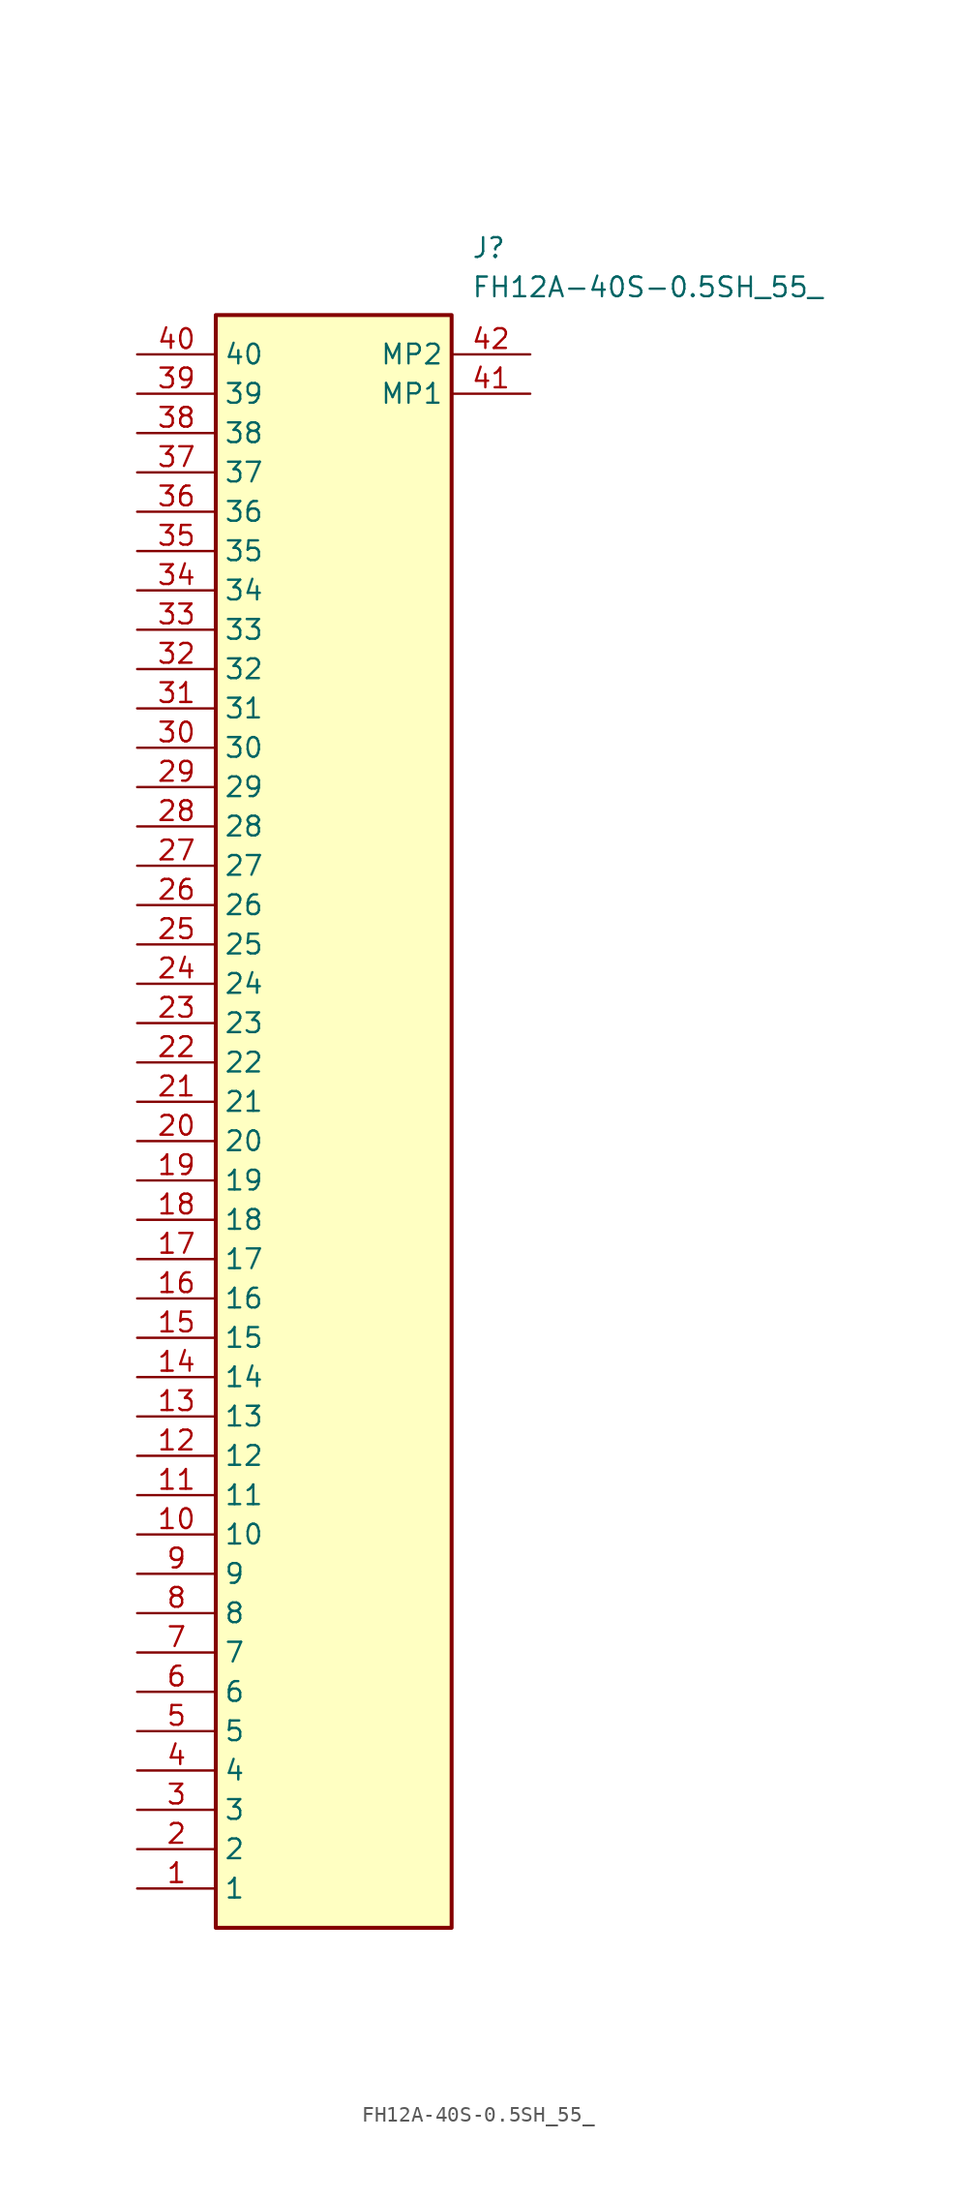
<source format=kicad_sym>
(kicad_symbol_lib
  (version 20211014)
  (generator SamacSys_ECAD_Model)
  (symbol "FH12A-40S-0.5SH_55_"
    (property "Reference" "J"
      (at 21.59 7.62 0)
      (effects (font (size 1.27 1.27)) (justify left top)))
    (property "Value" "FH12A-40S-0.5SH_55_"
      (at 21.59 5.08 0)
      (effects (font (size 1.27 1.27)) (justify left top)))
    (rectangle
      (start 5.08 2.54)
      (end 20.32 -101.6)
      (stroke (width 0.254) (type default))
      (fill (type background)))
    (pin passive line
      (at 0 -99.06 0)
      (length 5.08)
      (name "1" (effects (font (size 1.27 1.27))))
      (number "1" (effects (font (size 1.27 1.27)))))
    (pin passive line
      (at 0 -96.52 0)
      (length 5.08)
      (name "2" (effects (font (size 1.27 1.27))))
      (number "2" (effects (font (size 1.27 1.27)))))
    (pin passive line
      (at 0 -93.98 0)
      (length 5.08)
      (name "3" (effects (font (size 1.27 1.27))))
      (number "3" (effects (font (size 1.27 1.27)))))
    (pin passive line
      (at 0 -91.44 0)
      (length 5.08)
      (name "4" (effects (font (size 1.27 1.27))))
      (number "4" (effects (font (size 1.27 1.27)))))
    (pin passive line
      (at 0 -88.9 0)
      (length 5.08)
      (name "5" (effects (font (size 1.27 1.27))))
      (number "5" (effects (font (size 1.27 1.27)))))
    (pin passive line
      (at 0 -86.36 0)
      (length 5.08)
      (name "6" (effects (font (size 1.27 1.27))))
      (number "6" (effects (font (size 1.27 1.27)))))
    (pin passive line
      (at 0 -83.82 0)
      (length 5.08)
      (name "7" (effects (font (size 1.27 1.27))))
      (number "7" (effects (font (size 1.27 1.27)))))
    (pin passive line
      (at 0 -81.28 0)
      (length 5.08)
      (name "8" (effects (font (size 1.27 1.27))))
      (number "8" (effects (font (size 1.27 1.27)))))
    (pin passive line
      (at 0 -78.74 0)
      (length 5.08)
      (name "9" (effects (font (size 1.27 1.27))))
      (number "9" (effects (font (size 1.27 1.27)))))
    (pin passive line
      (at 0 -76.2 0)
      (length 5.08)
      (name "10" (effects (font (size 1.27 1.27))))
      (number "10" (effects (font (size 1.27 1.27)))))
    (pin passive line
      (at 0 -73.66 0)
      (length 5.08)
      (name "11" (effects (font (size 1.27 1.27))))
      (number "11" (effects (font (size 1.27 1.27)))))
    (pin passive line
      (at 0 -71.12 0)
      (length 5.08)
      (name "12" (effects (font (size 1.27 1.27))))
      (number "12" (effects (font (size 1.27 1.27)))))
    (pin passive line
      (at 0 -68.58 0)
      (length 5.08)
      (name "13" (effects (font (size 1.27 1.27))))
      (number "13" (effects (font (size 1.27 1.27)))))
    (pin passive line
      (at 0 -66.04 0)
      (length 5.08)
      (name "14" (effects (font (size 1.27 1.27))))
      (number "14" (effects (font (size 1.27 1.27)))))
    (pin passive line
      (at 0 -63.5 0)
      (length 5.08)
      (name "15" (effects (font (size 1.27 1.27))))
      (number "15" (effects (font (size 1.27 1.27)))))
    (pin passive line
      (at 0 -60.96 0)
      (length 5.08)
      (name "16" (effects (font (size 1.27 1.27))))
      (number "16" (effects (font (size 1.27 1.27)))))
    (pin passive line
      (at 0 -58.42 0)
      (length 5.08)
      (name "17" (effects (font (size 1.27 1.27))))
      (number "17" (effects (font (size 1.27 1.27)))))
    (pin passive line
      (at 0 -55.88 0)
      (length 5.08)
      (name "18" (effects (font (size 1.27 1.27))))
      (number "18" (effects (font (size 1.27 1.27)))))
    (pin passive line
      (at 0 -53.34 0)
      (length 5.08)
      (name "19" (effects (font (size 1.27 1.27))))
      (number "19" (effects (font (size 1.27 1.27)))))
    (pin passive line
      (at 0 -50.8 0)
      (length 5.08)
      (name "20" (effects (font (size 1.27 1.27))))
      (number "20" (effects (font (size 1.27 1.27)))))
    (pin passive line
      (at 0 -48.26 0)
      (length 5.08)
      (name "21" (effects (font (size 1.27 1.27))))
      (number "21" (effects (font (size 1.27 1.27)))))
    (pin passive line
      (at 0 -45.72 0)
      (length 5.08)
      (name "22" (effects (font (size 1.27 1.27))))
      (number "22" (effects (font (size 1.27 1.27)))))
    (pin passive line
      (at 0 -43.18 0)
      (length 5.08)
      (name "23" (effects (font (size 1.27 1.27))))
      (number "23" (effects (font (size 1.27 1.27)))))
    (pin passive line
      (at 0 -40.64 0)
      (length 5.08)
      (name "24" (effects (font (size 1.27 1.27))))
      (number "24" (effects (font (size 1.27 1.27)))))
    (pin passive line
      (at 0 -38.1 0)
      (length 5.08)
      (name "25" (effects (font (size 1.27 1.27))))
      (number "25" (effects (font (size 1.27 1.27)))))
    (pin passive line
      (at 0 -35.56 0)
      (length 5.08)
      (name "26" (effects (font (size 1.27 1.27))))
      (number "26" (effects (font (size 1.27 1.27)))))
    (pin passive line
      (at 0 -33.02 0)
      (length 5.08)
      (name "27" (effects (font (size 1.27 1.27))))
      (number "27" (effects (font (size 1.27 1.27)))))
    (pin passive line
      (at 0 -30.48 0)
      (length 5.08)
      (name "28" (effects (font (size 1.27 1.27))))
      (number "28" (effects (font (size 1.27 1.27)))))
    (pin passive line
      (at 0 -27.94 0)
      (length 5.08)
      (name "29" (effects (font (size 1.27 1.27))))
      (number "29" (effects (font (size 1.27 1.27)))))
    (pin passive line
      (at 0 -25.4 0)
      (length 5.08)
      (name "30" (effects (font (size 1.27 1.27))))
      (number "30" (effects (font (size 1.27 1.27)))))
    (pin passive line
      (at 0 -22.86 0)
      (length 5.08)
      (name "31" (effects (font (size 1.27 1.27))))
      (number "31" (effects (font (size 1.27 1.27)))))
    (pin passive line
      (at 0 -20.32 0)
      (length 5.08)
      (name "32" (effects (font (size 1.27 1.27))))
      (number "32" (effects (font (size 1.27 1.27)))))
    (pin passive line
      (at 0 -17.78 0)
      (length 5.08)
      (name "33" (effects (font (size 1.27 1.27))))
      (number "33" (effects (font (size 1.27 1.27)))))
    (pin passive line
      (at 0 -15.24 0)
      (length 5.08)
      (name "34" (effects (font (size 1.27 1.27))))
      (number "34" (effects (font (size 1.27 1.27)))))
    (pin passive line
      (at 0 -12.7 0)
      (length 5.08)
      (name "35" (effects (font (size 1.27 1.27))))
      (number "35" (effects (font (size 1.27 1.27)))))
    (pin passive line
      (at 0 -10.16 0)
      (length 5.08)
      (name "36" (effects (font (size 1.27 1.27))))
      (number "36" (effects (font (size 1.27 1.27)))))
    (pin passive line
      (at 0 -7.62 0)
      (length 5.08)
      (name "37" (effects (font (size 1.27 1.27))))
      (number "37" (effects (font (size 1.27 1.27)))))
    (pin passive line
      (at 0 -5.08 0)
      (length 5.08)
      (name "38" (effects (font (size 1.27 1.27))))
      (number "38" (effects (font (size 1.27 1.27)))))
    (pin passive line
      (at 0 -2.54 0)
      (length 5.08)
      (name "39" (effects (font (size 1.27 1.27))))
      (number "39" (effects (font (size 1.27 1.27)))))
    (pin passive line
      (at 0 0 0)
      (length 5.08)
      (name "40" (effects (font (size 1.27 1.27))))
      (number "40" (effects (font (size 1.27 1.27)))))
    (pin passive line
      (at 25.4 -2.54 180)
      (length 5.08)
      (name "MP1" (effects (font (size 1.27 1.27))))
      (number "41" (effects (font (size 1.27 1.27)))))
    (pin passive line
      (at 25.4 0 180)
      (length 5.08)
      (name "MP2" (effects (font (size 1.27 1.27))))
      (number "42" (effects (font (size 1.27 1.27)))))))
</source>
